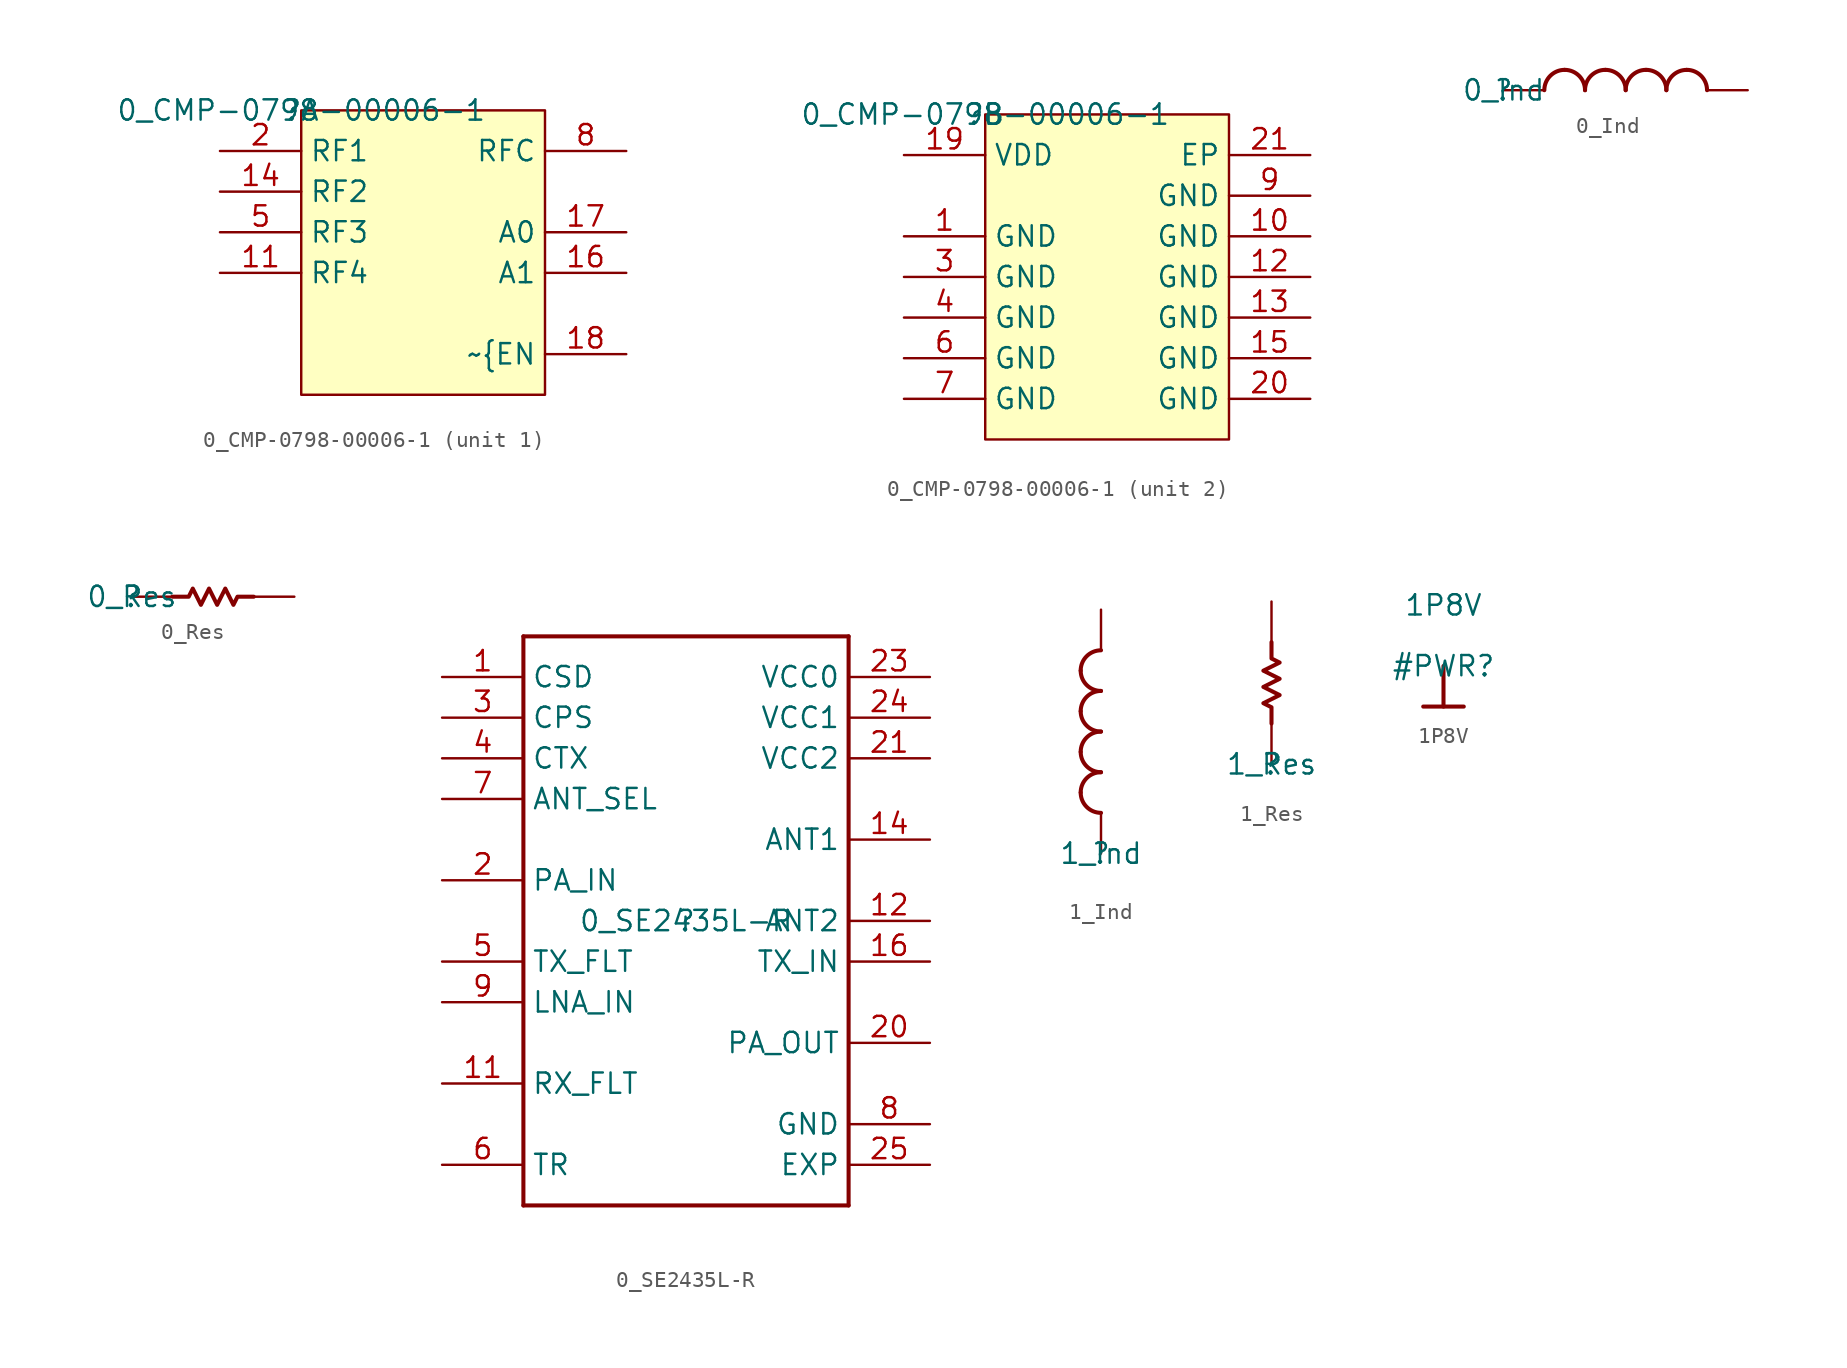
<source format=kicad_sym>
(kicad_symbol_lib
  (version 20211014)
  (generator kicad_symbol_editor)
  (symbol "0_CMP-0798-00006-1"
    (property "Reference" ""
      (at 0 0 0)
      (effects (font (size 1.27 1.27))))
    (property "Value" "0_CMP-0798-00006-1"
      (at 0 0 0)
      (effects (font (size 1.27 1.27))))
    (symbol "0_CMP-0798-00006-1_1_0"
      (rectangle (start 15.24 0) (end 0 -17.78) (stroke (width 0) (type default) (color 0 0 0 0)) (fill (type background)))
      (pin passive line (at -5.08 -10.16 0) (length 5.08) (name "RF4" (effects (font (size 1.27 1.27)))) (number "11" (effects (font (size 1.27 1.27)))))
      (pin passive line (at -5.08 -5.08 0) (length 5.08) (name "RF2" (effects (font (size 1.27 1.27)))) (number "14" (effects (font (size 1.27 1.27)))))
      (pin input line (at 20.32 -10.16 180) (length 5.08) (name "A1" (effects (font (size 1.27 1.27)))) (number "16" (effects (font (size 1.27 1.27)))))
      (pin input line (at 20.32 -7.62 180) (length 5.08) (name "A0" (effects (font (size 1.27 1.27)))) (number "17" (effects (font (size 1.27 1.27)))))
      (pin input line (at 20.32 -15.24 180) (length 5.08) (name "~{EN" (effects (font (size 1.27 1.27)))) (number "18" (effects (font (size 1.27 1.27)))))
      (pin passive line (at -5.08 -2.54 0) (length 5.08) (name "RF1" (effects (font (size 1.27 1.27)))) (number "2" (effects (font (size 1.27 1.27)))))
      (pin passive line (at -5.08 -7.62 0) (length 5.08) (name "RF3" (effects (font (size 1.27 1.27)))) (number "5" (effects (font (size 1.27 1.27)))))
      (pin passive line (at 20.32 -2.54 180) (length 5.08) (name "RFC" (effects (font (size 1.27 1.27)))) (number "8" (effects (font (size 1.27 1.27))))))
    (symbol "0_CMP-0798-00006-1_2_0"
      (rectangle (start 15.24 0) (end 0 -20.32) (stroke (width 0) (type default) (color 0 0 0 0)) (fill (type background)))
      (pin power_in line (at -5.08 -7.62 0) (length 5.08) (name "GND" (effects (font (size 1.27 1.27)))) (number "1" (effects (font (size 1.27 1.27)))))
      (pin power_in line (at 20.32 -7.62 180) (length 5.08) (name "GND" (effects (font (size 1.27 1.27)))) (number "10" (effects (font (size 1.27 1.27)))))
      (pin power_in line (at 20.32 -10.16 180) (length 5.08) (name "GND" (effects (font (size 1.27 1.27)))) (number "12" (effects (font (size 1.27 1.27)))))
      (pin power_in line (at 20.32 -12.7 180) (length 5.08) (name "GND" (effects (font (size 1.27 1.27)))) (number "13" (effects (font (size 1.27 1.27)))))
      (pin power_in line (at 20.32 -15.24 180) (length 5.08) (name "GND" (effects (font (size 1.27 1.27)))) (number "15" (effects (font (size 1.27 1.27)))))
      (pin power_in line (at -5.08 -2.54 0) (length 5.08) (name "VDD" (effects (font (size 1.27 1.27)))) (number "19" (effects (font (size 1.27 1.27)))))
      (pin power_in line (at 20.32 -17.78 180) (length 5.08) (name "GND" (effects (font (size 1.27 1.27)))) (number "20" (effects (font (size 1.27 1.27)))))
      (pin power_in line (at 20.32 -2.54 180) (length 5.08) (name "EP" (effects (font (size 1.27 1.27)))) (number "21" (effects (font (size 1.27 1.27)))))
      (pin power_in line (at -5.08 -10.16 0) (length 5.08) (name "GND" (effects (font (size 1.27 1.27)))) (number "3" (effects (font (size 1.27 1.27)))))
      (pin power_in line (at -5.08 -12.7 0) (length 5.08) (name "GND" (effects (font (size 1.27 1.27)))) (number "4" (effects (font (size 1.27 1.27)))))
      (pin power_in line (at -5.08 -15.24 0) (length 5.08) (name "GND" (effects (font (size 1.27 1.27)))) (number "6" (effects (font (size 1.27 1.27)))))
      (pin power_in line (at -5.08 -17.78 0) (length 5.08) (name "GND" (effects (font (size 1.27 1.27)))) (number "7" (effects (font (size 1.27 1.27)))))
      (pin power_in line (at 20.32 -5.08 180) (length 5.08) (name "GND" (effects (font (size 1.27 1.27)))) (number "9" (effects (font (size 1.27 1.27)))))))
  (symbol "0_Ind"
    (property "Reference" ""
      (at 0 0 0)
      (effects (font (size 1.27 1.27))))
    (property "Value" "0_Ind"
      (at 0 0 0)
      (effects (font (size 1.27 1.27))))
    (symbol "0_Ind_1_0"
      (arc (start 3.81 1.27) (mid 2.912 0.898) (end 2.54 0) (stroke (width 0.254) (type default) (color 0 0 0 0)) (fill (type none)))
      (arc (start 5.08 0) (mid 4.708 0.898) (end 3.81 1.27) (stroke (width 0.254) (type default) (color 0 0 0 0)) (fill (type none)))
      (arc (start 6.35 1.27) (mid 5.452 0.898) (end 5.08 0) (stroke (width 0.254) (type default) (color 0 0 0 0)) (fill (type none)))
      (arc (start 7.62 0) (mid 7.248 0.898) (end 6.35 1.27) (stroke (width 0.254) (type default) (color 0 0 0 0)) (fill (type none)))
      (arc (start 8.89 1.27) (mid 7.992 0.898) (end 7.62 0) (stroke (width 0.254) (type default) (color 0 0 0 0)) (fill (type none)))
      (arc (start 10.16 0) (mid 9.788 0.898) (end 8.89 1.27) (stroke (width 0.254) (type default) (color 0 0 0 0)) (fill (type none)))
      (arc (start 11.43 1.27) (mid 10.532 0.898) (end 10.16 0) (stroke (width 0.254) (type default) (color 0 0 0 0)) (fill (type none)))
      (arc (start 12.7 0) (mid 12.328 0.898) (end 11.43 1.27) (stroke (width 0.254) (type default) (color 0 0 0 0)) (fill (type none)))
      (pin passive line (at 0 0 0) (length 2.54) (name "1" (effects (font (size 0 0)))) (number "1" (effects (font (size 0 0)))))
      (pin passive line (at 15.24 0 180) (length 2.54) (name "2" (effects (font (size 0 0)))) (number "2" (effects (font (size 0 0)))))))
  (symbol "0_Res"
    (property "Reference" ""
      (at 0 0 0)
      (effects (font (size 1.27 1.27))))
    (property "Value" "0_Res"
      (at 0 0 0)
      (effects (font (size 1.27 1.27))))
    (symbol "0_Res_1_0"
      (polyline (pts (xy 7.62 0) (xy 6.604 0) (xy 6.35 -0.508) (xy 5.842 0.508) (xy 5.334 -0.508) (xy 4.826 0.508) (xy 4.318 -0.508) (xy 3.81 0.508) (xy 3.556 0) (xy 2.54 0)) (stroke (width 0.254) (type default) (color 0 0 0 0)) (fill (type none)))
      (pin passive line (at 0 0 0) (length 2.54) (name "1" (effects (font (size 0 0)))) (number "1" (effects (font (size 0 0)))))
      (pin passive line (at 10.16 0 180) (length 2.54) (name "2" (effects (font (size 0 0)))) (number "2" (effects (font (size 0 0)))))))
  (symbol "0_SE2435L-R"
    (property "Reference" ""
      (at 0 0 0)
      (effects (font (size 1.27 1.27))))
    (property "Value" "0_SE2435L-R"
      (at 0 0 0)
      (effects (font (size 1.27 1.27))))
    (symbol "0_SE2435L-R_1_0"
      (polyline (pts (xy -10.16 -17.78) (xy -10.16 17.78)) (stroke (width 0.254) (type default) (color 0 0 0 0)) (fill (type none)))
      (polyline (pts (xy -10.16 17.78) (xy 10.16 17.78)) (stroke (width 0.254) (type default) (color 0 0 0 0)) (fill (type none)))
      (polyline (pts (xy 10.16 -17.78) (xy -10.16 -17.78)) (stroke (width 0.254) (type default) (color 0 0 0 0)) (fill (type none)))
      (polyline (pts (xy 10.16 17.78) (xy 10.16 -17.78)) (stroke (width 0.254) (type default) (color 0 0 0 0)) (fill (type none)))
      (pin input line (at -15.24 15.24 0) (length 5.08) (name "CSD" (effects (font (size 1.27 1.27)))) (number "1" (effects (font (size 1.27 1.27)))))
      (pin input line (at -15.24 -10.16 0) (length 5.08) (name "RX_FLT" (effects (font (size 1.27 1.27)))) (number "11" (effects (font (size 1.27 1.27)))))
      (pin passive line (at 15.24 0 180) (length 5.08) (name "ANT2" (effects (font (size 1.27 1.27)))) (number "12" (effects (font (size 1.27 1.27)))))
      (pin passive line (at 15.24 5.08 180) (length 5.08) (name "ANT1" (effects (font (size 1.27 1.27)))) (number "14" (effects (font (size 1.27 1.27)))))
      (pin output line (at 15.24 -2.54 180) (length 5.08) (name "TX_IN" (effects (font (size 1.27 1.27)))) (number "16" (effects (font (size 1.27 1.27)))))
      (pin input line (at -15.24 2.54 0) (length 5.08) (name "PA_IN" (effects (font (size 1.27 1.27)))) (number "2" (effects (font (size 1.27 1.27)))))
      (pin output line (at 15.24 -7.62 180) (length 5.08) (name "PA_OUT" (effects (font (size 1.27 1.27)))) (number "20" (effects (font (size 1.27 1.27)))))
      (pin power_in line (at 15.24 10.16 180) (length 5.08) (name "VCC2" (effects (font (size 1.27 1.27)))) (number "21" (effects (font (size 1.27 1.27)))))
      (pin power_in line (at 15.24 15.24 180) (length 5.08) (name "VCC0" (effects (font (size 1.27 1.27)))) (number "23" (effects (font (size 1.27 1.27)))))
      (pin power_in line (at 15.24 12.7 180) (length 5.08) (name "VCC1" (effects (font (size 1.27 1.27)))) (number "24" (effects (font (size 1.27 1.27)))))
      (pin power_in line (at 15.24 -15.24 180) (length 5.08) (name "EXP" (effects (font (size 1.27 1.27)))) (number "25" (effects (font (size 1.27 1.27)))))
      (pin input line (at -15.24 12.7 0) (length 5.08) (name "CPS" (effects (font (size 1.27 1.27)))) (number "3" (effects (font (size 1.27 1.27)))))
      (pin input line (at -15.24 10.16 0) (length 5.08) (name "CTX" (effects (font (size 1.27 1.27)))) (number "4" (effects (font (size 1.27 1.27)))))
      (pin passive line (at -15.24 -2.54 0) (length 5.08) (name "TX_FLT" (effects (font (size 1.27 1.27)))) (number "5" (effects (font (size 1.27 1.27)))))
      (pin bidirectional line (at -15.24 -15.24 0) (length 5.08) (name "TR" (effects (font (size 1.27 1.27)))) (number "6" (effects (font (size 1.27 1.27)))))
      (pin input line (at -15.24 7.62 0) (length 5.08) (name "ANT_SEL" (effects (font (size 1.27 1.27)))) (number "7" (effects (font (size 1.27 1.27)))))
      (pin power_in line (at 15.24 -12.7 180) (length 5.08) (name "GND" (effects (font (size 1.27 1.27)))) (number "8" (effects (font (size 1.27 1.27)))))
      (pin input line (at -15.24 -5.08 0) (length 5.08) (name "LNA_IN" (effects (font (size 1.27 1.27)))) (number "9" (effects (font (size 1.27 1.27)))))))
  (symbol "1_Ind"
    (property "Reference" ""
      (at 0 0 0)
      (effects (font (size 1.27 1.27))))
    (property "Value" "1_Ind"
      (at 0 0 0)
      (effects (font (size 1.27 1.27))))
    (symbol "1_Ind_1_0"
      (arc (start -1.27 3.81) (mid -0.898 2.912) (end 0 2.54) (stroke (width 0.254) (type default) (color 0 0 0 0)) (fill (type none)))
      (arc (start -1.27 6.35) (mid -0.898 5.452) (end 0 5.08) (stroke (width 0.254) (type default) (color 0 0 0 0)) (fill (type none)))
      (arc (start -1.27 8.89) (mid -0.898 7.992) (end 0 7.62) (stroke (width 0.254) (type default) (color 0 0 0 0)) (fill (type none)))
      (arc (start -1.27 11.43) (mid -0.898 10.532) (end 0 10.16) (stroke (width 0.254) (type default) (color 0 0 0 0)) (fill (type none)))
      (arc (start 0 5.08) (mid -0.898 4.708) (end -1.27 3.81) (stroke (width 0.254) (type default) (color 0 0 0 0)) (fill (type none)))
      (arc (start 0 7.62) (mid -0.898 7.248) (end -1.27 6.35) (stroke (width 0.254) (type default) (color 0 0 0 0)) (fill (type none)))
      (arc (start 0 10.16) (mid -0.898 9.788) (end -1.27 8.89) (stroke (width 0.254) (type default) (color 0 0 0 0)) (fill (type none)))
      (arc (start 0 12.7) (mid -0.898 12.328) (end -1.27 11.43) (stroke (width 0.254) (type default) (color 0 0 0 0)) (fill (type none)))
      (pin passive line (at 0 0 90) (length 2.54) (name "1" (effects (font (size 0 0)))) (number "1" (effects (font (size 0 0)))))
      (pin passive line (at 0 15.24 270) (length 2.54) (name "2" (effects (font (size 0 0)))) (number "2" (effects (font (size 0 0)))))))
  (symbol "1_Res"
    (property "Reference" ""
      (at 0 0 0)
      (effects (font (size 1.27 1.27))))
    (property "Value" "1_Res"
      (at 0 0 0)
      (effects (font (size 1.27 1.27))))
    (symbol "1_Res_1_0"
      (polyline (pts (xy 0 7.62) (xy 0 6.604) (xy 0.508 6.35) (xy -0.508 5.842) (xy 0.508 5.334) (xy -0.508 4.826) (xy 0.508 4.318) (xy -0.508 3.81) (xy 0 3.556) (xy 0 2.54)) (stroke (width 0.254) (type default) (color 0 0 0 0)) (fill (type none)))
      (pin passive line (at 0 0 90) (length 2.54) (name "1" (effects (font (size 0 0)))) (number "1" (effects (font (size 0 0)))))
      (pin passive line (at 0 10.16 270) (length 2.54) (name "2" (effects (font (size 0 0)))) (number "2" (effects (font (size 0 0)))))))
  (symbol "1P8V"
    (power)
    (property "Reference" "#PWR"
      (at 0 0 0)
      (effects (font (size 1.27 1.27))))
    (property "Value" "1P8V"
      (at 0 3.81 0)
      (effects (font (size 1.27 1.27))))
    (symbol "1P8V_0_0"
      (polyline (pts (xy -1.27 -2.54) (xy 1.27 -2.54)) (stroke (width 0.254) (type default) (color 0 0 0 0)) (fill (type none)))
      (polyline (pts (xy 0 0) (xy 0 -2.54)) (stroke (width 0.254) (type default) (color 0 0 0 0)) (fill (type none)))
      (pin power_in line (at 0 0 0) (length 0) hide (name "1P8V" (effects (font (size 1.27 1.27)))) (number "" (effects (font (size 1.27 1.27))))))))
</source>
